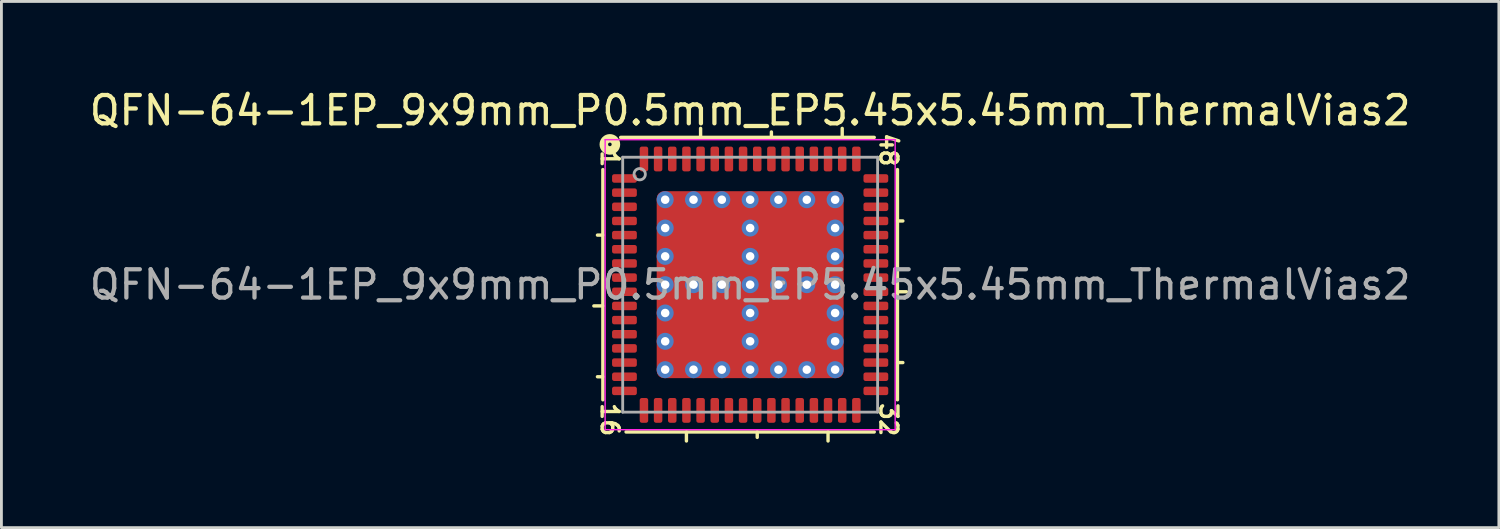
<source format=kicad_pcb>
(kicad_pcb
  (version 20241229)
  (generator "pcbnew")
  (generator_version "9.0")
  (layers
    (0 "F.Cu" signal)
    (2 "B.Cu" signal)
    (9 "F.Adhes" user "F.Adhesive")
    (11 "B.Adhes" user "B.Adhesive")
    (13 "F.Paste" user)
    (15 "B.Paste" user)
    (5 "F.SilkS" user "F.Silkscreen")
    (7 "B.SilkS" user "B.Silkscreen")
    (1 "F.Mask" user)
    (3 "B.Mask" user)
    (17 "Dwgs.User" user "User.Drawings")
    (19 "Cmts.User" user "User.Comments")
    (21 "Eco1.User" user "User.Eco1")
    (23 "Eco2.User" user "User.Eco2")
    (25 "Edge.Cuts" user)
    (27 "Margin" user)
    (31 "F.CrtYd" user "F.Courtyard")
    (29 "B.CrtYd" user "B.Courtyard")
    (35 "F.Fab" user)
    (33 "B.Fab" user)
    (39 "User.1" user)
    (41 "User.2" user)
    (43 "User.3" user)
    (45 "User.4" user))
  (footprint "QFN-64-1EP_9x9mm_P0.5mm_EP5.45x5.45mm_ThermalVias2"
    (layer "F.Cu")
    (at 23.435 7.001)
    (property "Reference" "QFN-64-1EP_9x9mm_P0.5mm_EP5.45x5.45mm_ThermalVias2" (at 0 -6.152 0) (layer "F.SilkS") (effects (font (size 1 1) (thickness 0.15))))
    (attr smd)
    (fp_line (start -5.2 -4.064) (end -5.2 4.064) (stroke (width 0.12) (type solid)) (layer "F.SilkS"))
    (fp_line (start -5.2 -1.75) (end -5.391 -1.75) (stroke (width 0.12) (type solid)) (layer "F.SilkS"))
    (fp_line (start -5.2 0.75) (end -5.518 0.75) (stroke (width 0.12) (type solid)) (layer "F.SilkS"))
    (fp_line (start -5.2 3.25) (end -5.391 3.25) (stroke (width 0.12) (type solid)) (layer "F.SilkS"))
    (fp_line (start -4.381 5.2) (end 4.381 5.2) (stroke (width 0.12) (type solid)) (layer "F.SilkS"))
    (fp_line (start -2.25 5.2) (end -2.25 5.518) (stroke (width 0.12) (type solid)) (layer "F.SilkS"))
    (fp_line (start -1.75 -5.2) (end -1.75 -5.518) (stroke (width 0.12) (type solid)) (layer "F.SilkS"))
    (fp_line (start 0.25 5.2) (end 0.25 5.391) (stroke (width 0.12) (type solid)) (layer "F.SilkS"))
    (fp_line (start 0.75 -5.2) (end 0.75 -5.391) (stroke (width 0.12) (type solid)) (layer "F.SilkS"))
    (fp_line (start 2.75 5.2) (end 2.75 5.518) (stroke (width 0.12) (type solid)) (layer "F.SilkS"))
    (fp_line (start 3.25 -5.2) (end 3.25 -5.518) (stroke (width 0.12) (type solid)) (layer "F.SilkS"))
    (fp_line (start 4.381 -5.2) (end -4.572 -5.2) (stroke (width 0.12) (type solid)) (layer "F.SilkS"))
    (fp_line (start 5.2 -2.25) (end 5.391 -2.25) (stroke (width 0.12) (type solid)) (layer "F.SilkS"))
    (fp_line (start 5.2 0.25) (end 5.518 0.25) (stroke (width 0.12) (type solid)) (layer "F.SilkS"))
    (fp_line (start 5.2 2.75) (end 5.391 2.75) (stroke (width 0.12) (type solid)) (layer "F.SilkS"))
    (fp_line (start 5.2 4.064) (end 5.2 -4.064) (stroke (width 0.12) (type solid)) (layer "F.SilkS"))
    (fp_circle (center -4.953 -4.953) (end -4.889 -4.953) (stroke (width 0.3) (type solid)) (fill no) (layer "F.SilkS"))
    (fp_line (start -5.12 -5.12) (end -5.12 5.12) (stroke (width 0.05) (type solid)) (layer "F.CrtYd"))
    (fp_line (start -5.12 5.12) (end 5.12 5.12) (stroke (width 0.05) (type solid)) (layer "F.CrtYd"))
    (fp_line (start 5.12 -5.12) (end -5.12 -5.12) (stroke (width 0.05) (type solid)) (layer "F.CrtYd"))
    (fp_line (start 5.12 5.12) (end 5.12 -5.12) (stroke (width 0.05) (type solid)) (layer "F.CrtYd"))
    (fp_line (start -4.5 -4.5) (end 4.5 -4.5) (stroke (width 0.1) (type solid)) (layer "F.Fab"))
    (fp_line (start -4.5 4.5) (end -4.5 -4.5) (stroke (width 0.1) (type solid)) (layer "F.Fab"))
    (fp_line (start 4.5 -4.5) (end 4.5 4.5) (stroke (width 0.1) (type solid)) (layer "F.Fab"))
    (fp_line (start 4.5 4.5) (end -4.5 4.5) (stroke (width 0.1) (type solid)) (layer "F.Fab"))
    (fp_circle (center -3.9 -3.9) (end -3.7 -3.9) (stroke (width 0.1) (type solid)) (fill no) (layer "F.Fab"))
    (fp_text user "32" (at 4.889 4.763 270) (unlocked yes) (layer "F.SilkS") (effects (font (size 0.6 0.6) (thickness 0.12))))
    (fp_text user "1" (at -4.953 -4.445 270) (unlocked yes) (layer "F.SilkS") (effects (font (size 0.6 0.6) (thickness 0.12))))
    (fp_text user "16" (at -4.953 4.763 270) (unlocked yes) (layer "F.SilkS") (effects (font (size 0.6 0.6) (thickness 0.12))))
    (fp_text user "48" (at 4.889 -4.763 270) (unlocked yes) (layer "F.SilkS") (effects (font (size 0.6 0.6) (thickness 0.12))))
    (fp_text user "${REFERENCE}" (at 0 0 0) (layer "F.Fab") (effects (font (size 1 1) (thickness 0.15))))
    (pad "" smd roundrect (at -2.05 -2.05) (size 0.9 0.9) (layers "F.Paste") (roundrect_rratio 0.25))
    (pad "" smd roundrect (at -2.05 -0.95) (size 0.9 0.9) (layers "F.Paste") (roundrect_rratio 0.25))
    (pad "" smd roundrect (at -2.05 0.95) (size 0.9 0.9) (layers "F.Paste") (roundrect_rratio 0.25))
    (pad "" smd roundrect (at -2.05 2.05) (size 0.9 0.9) (layers "F.Paste") (roundrect_rratio 0.25))
    (pad "" smd roundrect (at -1.5 -1.5 270) (size 2.4 2.4) (layers "F.Mask") (roundrect_rratio 0.104))
    (pad "" smd roundrect (at -1.5 1.5 270) (size 2.4 2.4) (layers "F.Mask") (roundrect_rratio 0.104))
    (pad "" smd roundrect (at -0.95 -2.05) (size 0.9 0.9) (layers "F.Paste") (roundrect_rratio 0.25))
    (pad "" smd roundrect (at -0.95 -0.95) (size 0.9 0.9) (layers "F.Paste") (roundrect_rratio 0.25))
    (pad "" smd roundrect (at -0.95 0.95) (size 0.9 0.9) (layers "F.Paste") (roundrect_rratio 0.25))
    (pad "" smd roundrect (at -0.95 2.05) (size 0.9 0.9) (layers "F.Paste") (roundrect_rratio 0.25))
    (pad "" smd roundrect (at 0.95 -2.05) (size 0.9 0.9) (layers "F.Paste") (roundrect_rratio 0.25))
    (pad "" smd roundrect (at 0.95 -0.95) (size 0.9 0.9) (layers "F.Paste") (roundrect_rratio 0.25))
    (pad "" smd roundrect (at 0.95 0.95) (size 0.9 0.9) (layers "F.Paste") (roundrect_rratio 0.25))
    (pad "" smd roundrect (at 0.95 2.05) (size 0.9 0.9) (layers "F.Paste") (roundrect_rratio 0.25))
    (pad "" smd roundrect (at 1.5 -1.5 270) (size 2.4 2.4) (layers "F.Mask") (roundrect_rratio 0.104))
    (pad "" smd roundrect (at 1.5 1.5 270) (size 2.4 2.4) (layers "F.Mask") (roundrect_rratio 0.104))
    (pad "" smd roundrect (at 2.05 -2.05) (size 0.9 0.9) (layers "F.Paste") (roundrect_rratio 0.25))
    (pad "" smd roundrect (at 2.05 -0.95) (size 0.9 0.9) (layers "F.Paste") (roundrect_rratio 0.25))
    (pad "" smd roundrect (at 2.05 0.95) (size 0.9 0.9) (layers "F.Paste") (roundrect_rratio 0.25))
    (pad "" smd roundrect (at 2.05 2.05) (size 0.9 0.9) (layers "F.Paste") (roundrect_rratio 0.25))
    (pad "1" smd roundrect (at -4.438 -3.75) (size 0.875 0.3) (layers "F.Cu" "F.Mask" "F.Paste") (roundrect_rratio 0.25))
    (pad "2" smd roundrect (at -4.438 -3.25) (size 0.875 0.3) (layers "F.Cu" "F.Mask" "F.Paste") (roundrect_rratio 0.25))
    (pad "3" smd roundrect (at -4.438 -2.75) (size 0.875 0.3) (layers "F.Cu" "F.Mask" "F.Paste") (roundrect_rratio 0.25))
    (pad "4" smd roundrect (at -4.438 -2.25) (size 0.875 0.3) (layers "F.Cu" "F.Mask" "F.Paste") (roundrect_rratio 0.25))
    (pad "5" smd roundrect (at -4.438 -1.75) (size 0.875 0.3) (layers "F.Cu" "F.Mask" "F.Paste") (roundrect_rratio 0.25))
    (pad "6" smd roundrect (at -4.438 -1.25) (size 0.875 0.3) (layers "F.Cu" "F.Mask" "F.Paste") (roundrect_rratio 0.25))
    (pad "7" smd roundrect (at -4.438 -0.75) (size 0.875 0.3) (layers "F.Cu" "F.Mask" "F.Paste") (roundrect_rratio 0.25))
    (pad "8" smd roundrect (at -4.438 -0.25) (size 0.875 0.3) (layers "F.Cu" "F.Mask" "F.Paste") (roundrect_rratio 0.25))
    (pad "9" smd roundrect (at -4.438 0.25) (size 0.875 0.3) (layers "F.Cu" "F.Mask" "F.Paste") (roundrect_rratio 0.25))
    (pad "10" smd roundrect (at -4.438 0.75) (size 0.875 0.3) (layers "F.Cu" "F.Mask" "F.Paste") (roundrect_rratio 0.25))
    (pad "11" smd roundrect (at -4.438 1.25) (size 0.875 0.3) (layers "F.Cu" "F.Mask" "F.Paste") (roundrect_rratio 0.25))
    (pad "12" smd roundrect (at -4.438 1.75) (size 0.875 0.3) (layers "F.Cu" "F.Mask" "F.Paste") (roundrect_rratio 0.25))
    (pad "13" smd roundrect (at -4.438 2.25) (size 0.875 0.3) (layers "F.Cu" "F.Mask" "F.Paste") (roundrect_rratio 0.25))
    (pad "14" smd roundrect (at -4.438 2.75) (size 0.875 0.3) (layers "F.Cu" "F.Mask" "F.Paste") (roundrect_rratio 0.25))
    (pad "15" smd roundrect (at -4.438 3.25) (size 0.875 0.3) (layers "F.Cu" "F.Mask" "F.Paste") (roundrect_rratio 0.25))
    (pad "16" smd roundrect (at -4.438 3.75) (size 0.875 0.3) (layers "F.Cu" "F.Mask" "F.Paste") (roundrect_rratio 0.25))
    (pad "17" smd roundrect (at -3.75 4.438) (size 0.3 0.875) (layers "F.Cu" "F.Mask" "F.Paste") (roundrect_rratio 0.25))
    (pad "18" smd roundrect (at -3.25 4.438) (size 0.3 0.875) (layers "F.Cu" "F.Mask" "F.Paste") (roundrect_rratio 0.25))
    (pad "19" smd roundrect (at -2.75 4.438) (size 0.3 0.875) (layers "F.Cu" "F.Mask" "F.Paste") (roundrect_rratio 0.25))
    (pad "20" smd roundrect (at -2.25 4.438) (size 0.3 0.875) (layers "F.Cu" "F.Mask" "F.Paste") (roundrect_rratio 0.25))
    (pad "21" smd roundrect (at -1.75 4.438) (size 0.3 0.875) (layers "F.Cu" "F.Mask" "F.Paste") (roundrect_rratio 0.25))
    (pad "22" smd roundrect (at -1.25 4.438) (size 0.3 0.875) (layers "F.Cu" "F.Mask" "F.Paste") (roundrect_rratio 0.25))
    (pad "23" smd roundrect (at -0.75 4.438) (size 0.3 0.875) (layers "F.Cu" "F.Mask" "F.Paste") (roundrect_rratio 0.25))
    (pad "24" smd roundrect (at -0.25 4.438) (size 0.3 0.875) (layers "F.Cu" "F.Mask" "F.Paste") (roundrect_rratio 0.25))
    (pad "25" smd roundrect (at 0.25 4.438) (size 0.3 0.875) (layers "F.Cu" "F.Mask" "F.Paste") (roundrect_rratio 0.25))
    (pad "26" smd roundrect (at 0.75 4.438) (size 0.3 0.875) (layers "F.Cu" "F.Mask" "F.Paste") (roundrect_rratio 0.25))
    (pad "27" smd roundrect (at 1.25 4.438) (size 0.3 0.875) (layers "F.Cu" "F.Mask" "F.Paste") (roundrect_rratio 0.25))
    (pad "28" smd roundrect (at 1.75 4.438) (size 0.3 0.875) (layers "F.Cu" "F.Mask" "F.Paste") (roundrect_rratio 0.25))
    (pad "29" smd roundrect (at 2.25 4.438) (size 0.3 0.875) (layers "F.Cu" "F.Mask" "F.Paste") (roundrect_rratio 0.25))
    (pad "30" smd roundrect (at 2.75 4.438) (size 0.3 0.875) (layers "F.Cu" "F.Mask" "F.Paste") (roundrect_rratio 0.25))
    (pad "31" smd roundrect (at 3.25 4.438) (size 0.3 0.875) (layers "F.Cu" "F.Mask" "F.Paste") (roundrect_rratio 0.25))
    (pad "32" smd roundrect (at 3.75 4.438) (size 0.3 0.875) (layers "F.Cu" "F.Mask" "F.Paste") (roundrect_rratio 0.25))
    (pad "33" smd roundrect (at 4.438 3.75) (size 0.875 0.3) (layers "F.Cu" "F.Mask" "F.Paste") (roundrect_rratio 0.25))
    (pad "34" smd roundrect (at 4.438 3.25) (size 0.875 0.3) (layers "F.Cu" "F.Mask" "F.Paste") (roundrect_rratio 0.25))
    (pad "35" smd roundrect (at 4.438 2.75) (size 0.875 0.3) (layers "F.Cu" "F.Mask" "F.Paste") (roundrect_rratio 0.25))
    (pad "36" smd roundrect (at 4.438 2.25) (size 0.875 0.3) (layers "F.Cu" "F.Mask" "F.Paste") (roundrect_rratio 0.25))
    (pad "37" smd roundrect (at 4.438 1.75) (size 0.875 0.3) (layers "F.Cu" "F.Mask" "F.Paste") (roundrect_rratio 0.25))
    (pad "38" smd roundrect (at 4.438 1.25) (size 0.875 0.3) (layers "F.Cu" "F.Mask" "F.Paste") (roundrect_rratio 0.25))
    (pad "39" smd roundrect (at 4.438 0.75) (size 0.875 0.3) (layers "F.Cu" "F.Mask" "F.Paste") (roundrect_rratio 0.25))
    (pad "40" smd roundrect (at 4.438 0.25) (size 0.875 0.3) (layers "F.Cu" "F.Mask" "F.Paste") (roundrect_rratio 0.25))
    (pad "41" smd roundrect (at 4.438 -0.25) (size 0.875 0.3) (layers "F.Cu" "F.Mask" "F.Paste") (roundrect_rratio 0.25))
    (pad "42" smd roundrect (at 4.438 -0.75) (size 0.875 0.3) (layers "F.Cu" "F.Mask" "F.Paste") (roundrect_rratio 0.25))
    (pad "43" smd roundrect (at 4.438 -1.25) (size 0.875 0.3) (layers "F.Cu" "F.Mask" "F.Paste") (roundrect_rratio 0.25))
    (pad "44" smd roundrect (at 4.438 -1.75) (size 0.875 0.3) (layers "F.Cu" "F.Mask" "F.Paste") (roundrect_rratio 0.25))
    (pad "45" smd roundrect (at 4.438 -2.25) (size 0.875 0.3) (layers "F.Cu" "F.Mask" "F.Paste") (roundrect_rratio 0.25))
    (pad "46" smd roundrect (at 4.438 -2.75) (size 0.875 0.3) (layers "F.Cu" "F.Mask" "F.Paste") (roundrect_rratio 0.25))
    (pad "47" smd roundrect (at 4.438 -3.25) (size 0.875 0.3) (layers "F.Cu" "F.Mask" "F.Paste") (roundrect_rratio 0.25))
    (pad "48" smd roundrect (at 4.438 -3.75) (size 0.875 0.3) (layers "F.Cu" "F.Mask" "F.Paste") (roundrect_rratio 0.25))
    (pad "49" smd roundrect (at 3.75 -4.438) (size 0.3 0.875) (layers "F.Cu" "F.Mask" "F.Paste") (roundrect_rratio 0.25))
    (pad "50" smd roundrect (at 3.25 -4.438) (size 0.3 0.875) (layers "F.Cu" "F.Mask" "F.Paste") (roundrect_rratio 0.25))
    (pad "51" smd roundrect (at 2.75 -4.438) (size 0.3 0.875) (layers "F.Cu" "F.Mask" "F.Paste") (roundrect_rratio 0.25))
    (pad "52" smd roundrect (at 2.25 -4.438) (size 0.3 0.875) (layers "F.Cu" "F.Mask" "F.Paste") (roundrect_rratio 0.25))
    (pad "53" smd roundrect (at 1.75 -4.438) (size 0.3 0.875) (layers "F.Cu" "F.Mask" "F.Paste") (roundrect_rratio 0.25))
    (pad "54" smd roundrect (at 1.25 -4.438) (size 0.3 0.875) (layers "F.Cu" "F.Mask" "F.Paste") (roundrect_rratio 0.25))
    (pad "55" smd roundrect (at 0.75 -4.438) (size 0.3 0.875) (layers "F.Cu" "F.Mask" "F.Paste") (roundrect_rratio 0.25))
    (pad "56" smd roundrect (at 0.25 -4.438) (size 0.3 0.875) (layers "F.Cu" "F.Mask" "F.Paste") (roundrect_rratio 0.25))
    (pad "57" smd roundrect (at -0.25 -4.438) (size 0.3 0.875) (layers "F.Cu" "F.Mask" "F.Paste") (roundrect_rratio 0.25))
    (pad "58" smd roundrect (at -0.75 -4.438) (size 0.3 0.875) (layers "F.Cu" "F.Mask" "F.Paste") (roundrect_rratio 0.25))
    (pad "59" smd roundrect (at -1.25 -4.438) (size 0.3 0.875) (layers "F.Cu" "F.Mask" "F.Paste") (roundrect_rratio 0.25))
    (pad "60" smd roundrect (at -1.75 -4.438) (size 0.3 0.875) (layers "F.Cu" "F.Mask" "F.Paste") (roundrect_rratio 0.25))
    (pad "61" smd roundrect (at -2.25 -4.438) (size 0.3 0.875) (layers "F.Cu" "F.Mask" "F.Paste") (roundrect_rratio 0.25))
    (pad "62" smd roundrect (at -2.75 -4.438) (size 0.3 0.875) (layers "F.Cu" "F.Mask" "F.Paste") (roundrect_rratio 0.25))
    (pad "63" smd roundrect (at -3.25 -4.438) (size 0.3 0.875) (layers "F.Cu" "F.Mask" "F.Paste") (roundrect_rratio 0.25))
    (pad "64" smd roundrect (at -3.75 -4.438) (size 0.3 0.875) (layers "F.Cu" "F.Mask" "F.Paste") (roundrect_rratio 0.25))
    (pad "65" thru_hole circle (at -3 -3 180) (size 0.6 0.6) (drill 0.3) (property pad_prop_heatsink) (layers "*.Cu" "*.Mask"))
    (pad "65" thru_hole circle (at -3 -2 180) (size 0.6 0.6) (drill 0.3) (property pad_prop_heatsink) (layers "*.Cu" "*.Mask"))
    (pad "65" thru_hole circle (at -3 -1 180) (size 0.6 0.6) (drill 0.3) (property pad_prop_heatsink) (layers "*.Cu" "*.Mask"))
    (pad "65" thru_hole circle (at -3 0 180) (size 0.6 0.6) (drill 0.3) (property pad_prop_heatsink) (layers "*.Cu" "*.Mask"))
    (pad "65" thru_hole circle (at -3 1 180) (size 0.6 0.6) (drill 0.3) (property pad_prop_heatsink) (layers "*.Cu" "*.Mask"))
    (pad "65" thru_hole circle (at -3 2 180) (size 0.6 0.6) (drill 0.3) (property pad_prop_heatsink) (layers "*.Cu" "*.Mask"))
    (pad "65" thru_hole circle (at -3 3 180) (size 0.6 0.6) (drill 0.3) (property pad_prop_heatsink) (layers "*.Cu" "*.Mask"))
    (pad "65" thru_hole circle (at -2 -3 180) (size 0.6 0.6) (drill 0.3) (property pad_prop_heatsink) (layers "*.Cu" "*.Mask"))
    (pad "65" thru_hole circle (at -2 0 180) (size 0.6 0.6) (drill 0.3) (property pad_prop_heatsink) (layers "*.Cu" "*.Mask"))
    (pad "65" thru_hole circle (at -2 3 180) (size 0.6 0.6) (drill 0.3) (property pad_prop_heatsink) (layers "*.Cu" "*.Mask"))
    (pad "65" thru_hole circle (at -1 -3 180) (size 0.6 0.6) (drill 0.3) (property pad_prop_heatsink) (layers "*.Cu" "*.Mask"))
    (pad "65" thru_hole circle (at -1 0 180) (size 0.6 0.6) (drill 0.3) (property pad_prop_heatsink) (layers "*.Cu" "*.Mask"))
    (pad "65" thru_hole circle (at -1 3 180) (size 0.6 0.6) (drill 0.3) (property pad_prop_heatsink) (layers "*.Cu" "*.Mask"))
    (pad "65" thru_hole circle (at 0 -3 180) (size 0.6 0.6) (drill 0.3) (property pad_prop_heatsink) (layers "*.Cu" "*.Mask"))
    (pad "65" thru_hole circle (at 0 -2 180) (size 0.6 0.6) (drill 0.3) (property pad_prop_heatsink) (layers "*.Cu" "*.Mask"))
    (pad "65" thru_hole circle (at 0 -1 180) (size 0.6 0.6) (drill 0.3) (property pad_prop_heatsink) (layers "*.Cu" "*.Mask"))
    (pad "65" thru_hole circle (at 0 0 180) (size 0.6 0.6) (drill 0.3) (property pad_prop_heatsink) (layers "*.Cu" "*.Mask"))
    (pad "65" smd roundrect (at 0 0) (size 6.6 6.6) (layers "F.Cu") (roundrect_rratio 0.038))
    (pad "65" thru_hole circle (at 0 1 180) (size 0.6 0.6) (drill 0.3) (property pad_prop_heatsink) (layers "*.Cu" "*.Mask"))
    (pad "65" thru_hole circle (at 0 2 180) (size 0.6 0.6) (drill 0.3) (property pad_prop_heatsink) (layers "*.Cu" "*.Mask"))
    (pad "65" thru_hole circle (at 0 3 180) (size 0.6 0.6) (drill 0.3) (property pad_prop_heatsink) (layers "*.Cu" "*.Mask"))
    (pad "65" thru_hole circle (at 1 -3 180) (size 0.6 0.6) (drill 0.3) (property pad_prop_heatsink) (layers "*.Cu" "*.Mask"))
    (pad "65" thru_hole circle (at 1 0 180) (size 0.6 0.6) (drill 0.3) (property pad_prop_heatsink) (layers "*.Cu" "*.Mask"))
    (pad "65" thru_hole circle (at 1 3 180) (size 0.6 0.6) (drill 0.3) (property pad_prop_heatsink) (layers "*.Cu" "*.Mask"))
    (pad "65" thru_hole circle (at 2 -3 180) (size 0.6 0.6) (drill 0.3) (property pad_prop_heatsink) (layers "*.Cu" "*.Mask"))
    (pad "65" thru_hole circle (at 2 0 180) (size 0.6 0.6) (drill 0.3) (property pad_prop_heatsink) (layers "*.Cu" "*.Mask"))
    (pad "65" thru_hole circle (at 2 3 180) (size 0.6 0.6) (drill 0.3) (property pad_prop_heatsink) (layers "*.Cu" "*.Mask"))
    (pad "65" thru_hole circle (at 3 -3 180) (size 0.6 0.6) (drill 0.3) (property pad_prop_heatsink) (layers "*.Cu" "*.Mask"))
    (pad "65" thru_hole circle (at 3 -2 180) (size 0.6 0.6) (drill 0.3) (property pad_prop_heatsink) (layers "*.Cu" "*.Mask"))
    (pad "65" thru_hole circle (at 3 -1 180) (size 0.6 0.6) (drill 0.3) (property pad_prop_heatsink) (layers "*.Cu" "*.Mask"))
    (pad "65" thru_hole circle (at 3 0 180) (size 0.6 0.6) (drill 0.3) (property pad_prop_heatsink) (layers "*.Cu" "*.Mask"))
    (pad "65" thru_hole circle (at 3 1 180) (size 0.6 0.6) (drill 0.3) (property pad_prop_heatsink) (layers "*.Cu" "*.Mask"))
    (pad "65" thru_hole circle (at 3 2 180) (size 0.6 0.6) (drill 0.3) (property pad_prop_heatsink) (layers "*.Cu" "*.Mask"))
    (pad "65" thru_hole circle (at 3 3 180) (size 0.6 0.6) (drill 0.3) (property pad_prop_heatsink) (layers "*.Cu" "*.Mask")))
  (gr_rect
    (start -3 -3)
    (end 49.869 15.578)
    (stroke (width 0.1) (type default))
    (fill no)
    (layer "Edge.Cuts")))
</source>
